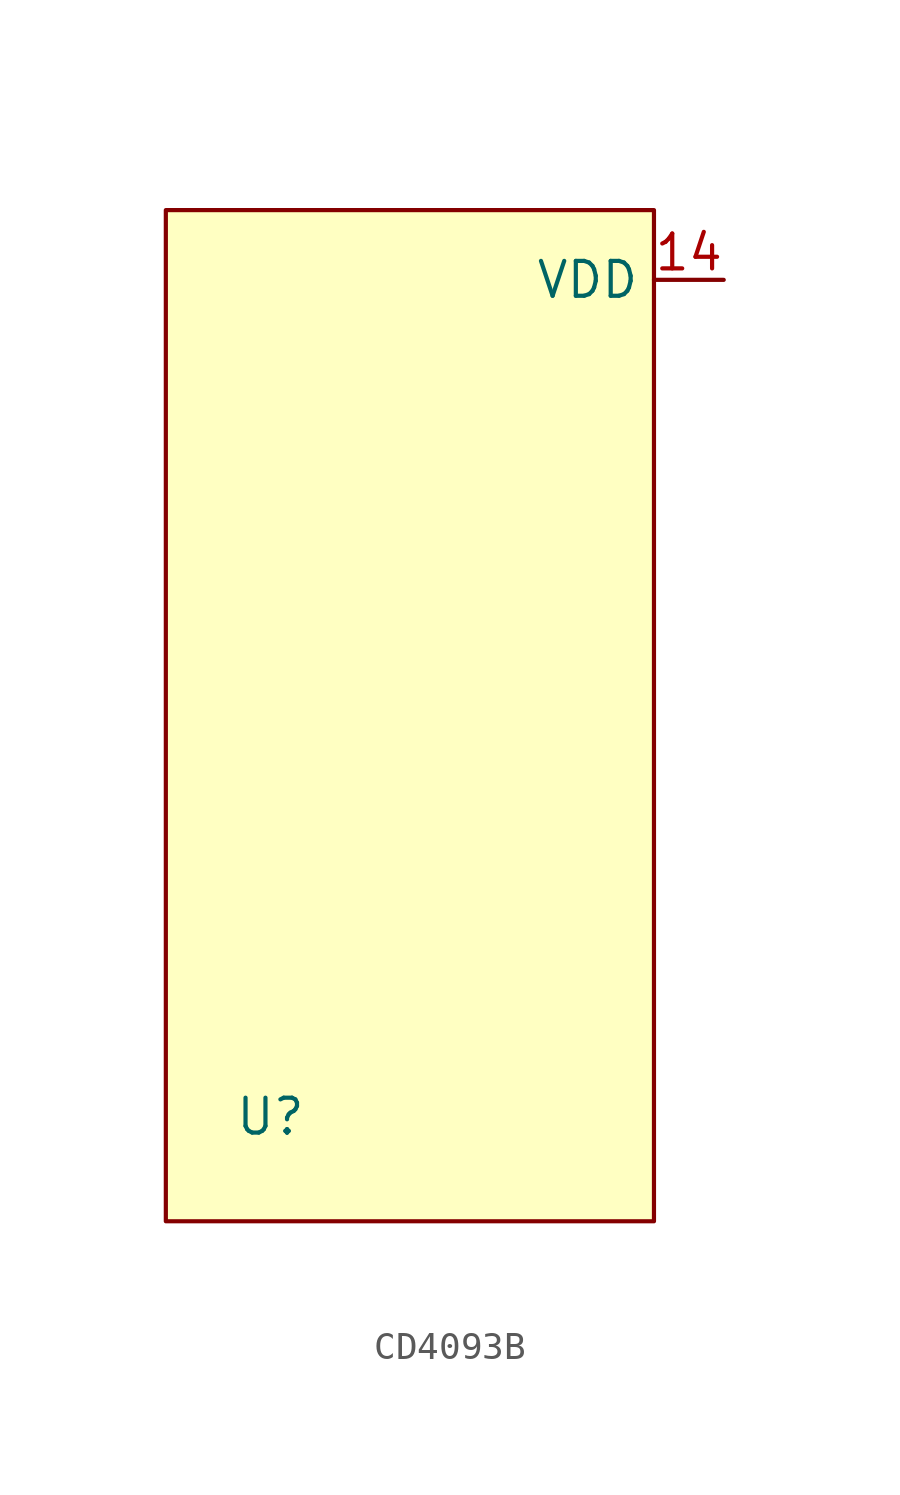
<source format=kicad_sym>
(kicad_symbol_lib
  (version 20241209)
  (generator "kicad_symbol_editor")
  (generator_version "9.0")
  (symbol "CD4093B"
    (property "Reference" "U"
      (at 0 0 0)
      (effects (font (size 1.27 1.27))))
    (property "Value" ""
      (at 0 0 0)
      (effects (font (size 1.27 1.27))))
    (symbol "CD4093B_1_1"
      (rectangle (start -3.81 33.02) (end 13.97 -3.81) (stroke (width 0) (type solid)) (fill (type background)))
      (pin input line (at 16.51 30.48 180) (length 2.54) (name "VDD" (effects (font (size 1.27 1.27)))) (number "14" (effects (font (size 1.27 1.27))))))))
</source>
